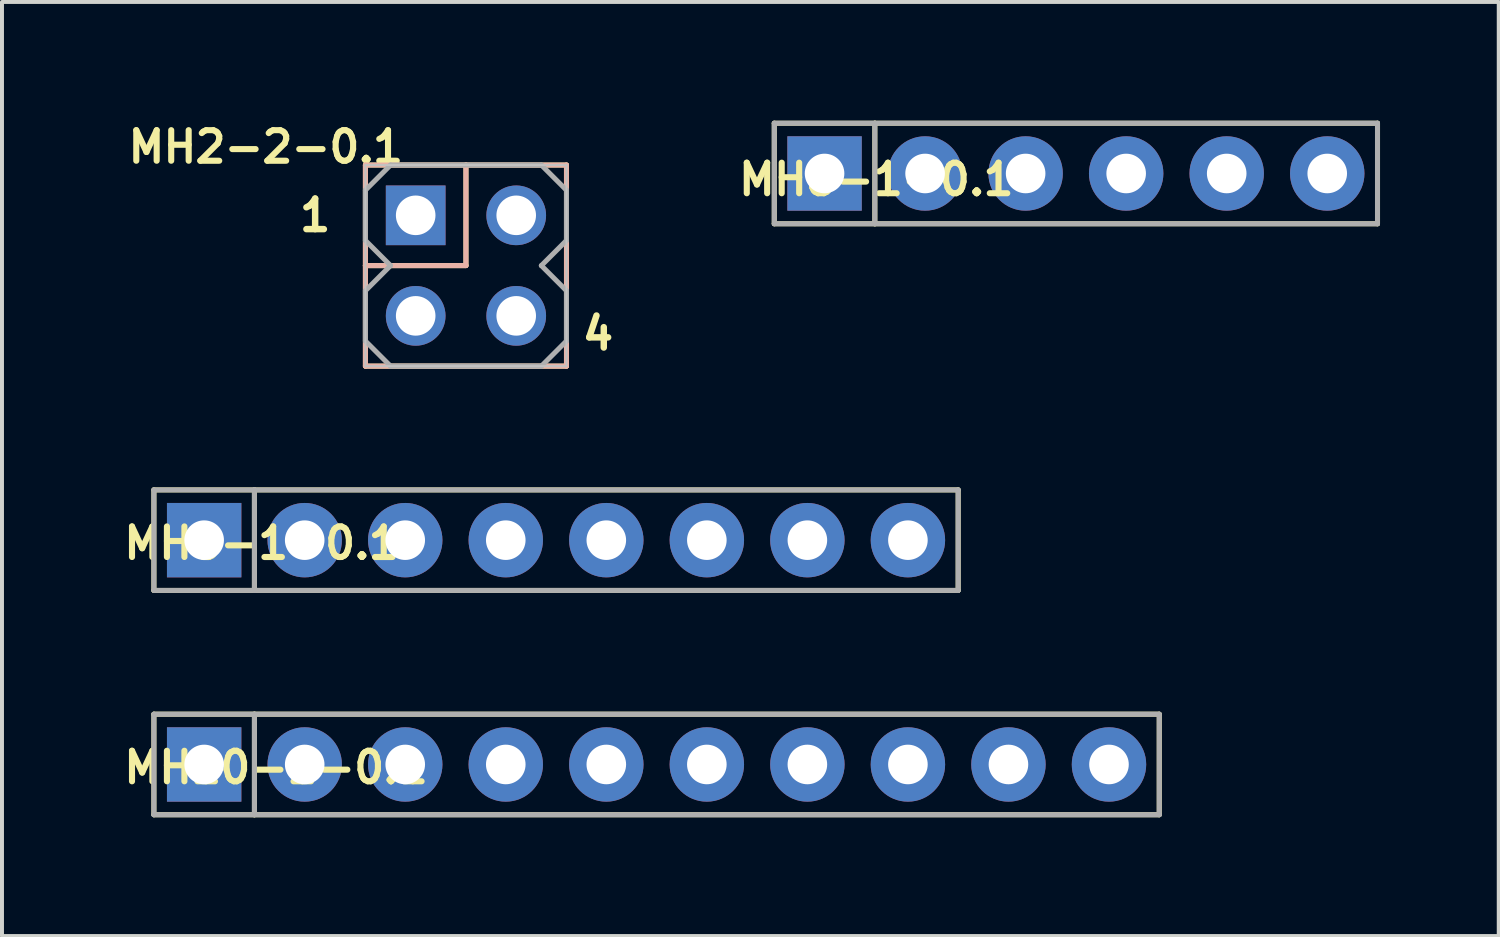
<source format=kicad_pcb>
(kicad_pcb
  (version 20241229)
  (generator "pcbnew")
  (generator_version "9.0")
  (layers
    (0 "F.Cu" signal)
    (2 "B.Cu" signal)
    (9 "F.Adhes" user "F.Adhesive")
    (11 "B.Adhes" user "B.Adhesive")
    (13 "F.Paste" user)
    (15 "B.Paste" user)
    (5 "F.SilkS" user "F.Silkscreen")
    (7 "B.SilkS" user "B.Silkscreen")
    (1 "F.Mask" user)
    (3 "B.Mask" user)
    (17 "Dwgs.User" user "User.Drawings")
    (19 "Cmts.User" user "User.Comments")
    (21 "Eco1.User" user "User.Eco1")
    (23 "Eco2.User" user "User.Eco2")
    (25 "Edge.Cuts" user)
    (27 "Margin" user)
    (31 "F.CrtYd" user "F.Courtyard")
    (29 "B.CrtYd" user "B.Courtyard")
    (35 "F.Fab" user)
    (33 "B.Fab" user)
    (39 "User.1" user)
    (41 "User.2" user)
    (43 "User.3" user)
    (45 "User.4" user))
  (footprint "MH2-2-0.1"
    (layer "F.Cu")
    (at 8.722 3.66)
    (property "Reference" "MH2-2-0.1" (at -1.5 -3.45 0) (layer "F.SilkS") (effects (font (size 0.772 0.772) (thickness 0.154)) (justify right top)))
    (attr through_hole)
    (fp_line (start -2.54 -2.54) (end 0 -2.54) (stroke (width 0.127) (type solid)) (layer "F.SilkS"))
    (fp_line (start -2.54 0) (end -2.54 -2.54) (stroke (width 0.127) (type solid)) (layer "F.SilkS"))
    (fp_line (start -2.54 0) (end 0 0) (stroke (width 0.127) (type solid)) (layer "F.SilkS"))
    (fp_line (start -2.54 2.54) (end -2.54 0) (stroke (width 0.127) (type solid)) (layer "F.SilkS"))
    (fp_line (start 0 -2.54) (end 2.54 -2.54) (stroke (width 0.127) (type solid)) (layer "F.SilkS"))
    (fp_line (start 0 0) (end 0 -2.54) (stroke (width 0.127) (type solid)) (layer "F.SilkS"))
    (fp_line (start 2.54 -2.54) (end 2.54 2.54) (stroke (width 0.127) (type solid)) (layer "F.SilkS"))
    (fp_line (start 2.54 2.54) (end -2.54 2.54) (stroke (width 0.127) (type solid)) (layer "F.SilkS"))
    (fp_line (start -2.54 -2.54) (end 0 -2.54) (stroke (width 0.127) (type solid)) (layer "B.SilkS"))
    (fp_line (start -2.54 0) (end -2.54 -2.54) (stroke (width 0.127) (type solid)) (layer "B.SilkS"))
    (fp_line (start -2.54 0) (end 0 0) (stroke (width 0.127) (type solid)) (layer "B.SilkS"))
    (fp_line (start -2.54 2.54) (end -2.54 0) (stroke (width 0.127) (type solid)) (layer "B.SilkS"))
    (fp_line (start 0 -2.54) (end 2.54 -2.54) (stroke (width 0.127) (type solid)) (layer "B.SilkS"))
    (fp_line (start 0 0) (end 0 -2.54) (stroke (width 0.127) (type solid)) (layer "B.SilkS"))
    (fp_line (start 2.54 -2.54) (end 2.54 2.54) (stroke (width 0.127) (type solid)) (layer "B.SilkS"))
    (fp_line (start 2.54 2.54) (end -2.54 2.54) (stroke (width 0.127) (type solid)) (layer "B.SilkS"))
    (fp_line (start -2.54 -2.54) (end 2.54 -2.54) (stroke (width 0.051) (type solid)) (layer "Dwgs.User"))
    (fp_line (start -2.54 2.54) (end -2.54 -2.54) (stroke (width 0.051) (type solid)) (layer "Dwgs.User"))
    (fp_line (start 2.54 -2.54) (end 2.54 2.54) (stroke (width 0.051) (type solid)) (layer "Dwgs.User"))
    (fp_line (start 2.54 2.54) (end -2.54 2.54) (stroke (width 0.051) (type solid)) (layer "Dwgs.User"))
    (fp_line (start -2.54 -0.635) (end -2.54 -1.905) (stroke (width 0.127) (type solid)) (layer "F.Fab"))
    (fp_line (start -2.54 0.635) (end -1.905 0) (stroke (width 0.127) (type solid)) (layer "F.Fab"))
    (fp_line (start -2.54 1.905) (end -2.54 0.635) (stroke (width 0.127) (type solid)) (layer "F.Fab"))
    (fp_line (start -1.905 -2.54) (end -2.54 -1.905) (stroke (width 0.127) (type solid)) (layer "F.Fab"))
    (fp_line (start -1.905 0) (end -2.54 -0.635) (stroke (width 0.127) (type solid)) (layer "F.Fab"))
    (fp_line (start -1.905 2.54) (end -2.54 1.905) (stroke (width 0.127) (type solid)) (layer "F.Fab"))
    (fp_line (start 1.905 -2.54) (end -1.905 -2.54) (stroke (width 0.127) (type solid)) (layer "F.Fab"))
    (fp_line (start 1.905 0) (end 2.54 0.635) (stroke (width 0.127) (type solid)) (layer "F.Fab"))
    (fp_line (start 1.905 2.54) (end -1.905 2.54) (stroke (width 0.127) (type solid)) (layer "F.Fab"))
    (fp_line (start 2.54 -1.905) (end 1.905 -2.54) (stroke (width 0.127) (type solid)) (layer "F.Fab"))
    (fp_line (start 2.54 -1.905) (end 2.54 -0.635) (stroke (width 0.127) (type solid)) (layer "F.Fab"))
    (fp_line (start 2.54 -0.635) (end 1.905 0) (stroke (width 0.127) (type solid)) (layer "F.Fab"))
    (fp_line (start 2.54 0.635) (end 2.54 1.905) (stroke (width 0.127) (type solid)) (layer "F.Fab"))
    (fp_line (start 2.54 1.905) (end 1.905 2.54) (stroke (width 0.127) (type solid)) (layer "F.Fab"))
    (fp_poly (pts (xy -1.524 -1.524) (xy -1.524 -1.016) (xy -1.016 -1.016) (xy -1.016 -1.524)) (stroke (width 0.1) (type solid)) (fill no) (layer "F.Fab"))
    (fp_poly (pts (xy -1.524 1.016) (xy -1.524 1.524) (xy -1.016 1.524) (xy -1.016 1.016)) (stroke (width 0.1) (type solid)) (fill no) (layer "F.Fab"))
    (fp_poly (pts (xy 1.016 -1.524) (xy 1.016 -1.016) (xy 1.524 -1.016) (xy 1.524 -1.524)) (stroke (width 0.1) (type solid)) (fill no) (layer "F.Fab"))
    (fp_poly (pts (xy 1.016 1.016) (xy 1.016 1.524) (xy 1.524 1.524) (xy 1.524 1.016)) (stroke (width 0.1) (type solid)) (fill no) (layer "F.Fab"))
    (fp_text user "4" (at 3.81 1.27 0) (layer "F.SilkS") (effects (font (size 0.772 0.772) (thickness 0.163)) (justify right top)))
    (fp_text user "1" (at -3.81 -1.27 0) (layer "F.SilkS") (effects (font (size 0.772 0.772) (thickness 0.163))))
    (pad "1" thru_hole rect (at -1.27 -1.27 270) (size 1.508 1.508) (drill 1) (layers "*.Cu" "*.Mask"))
    (pad "2" thru_hole circle (at 1.27 -1.27 270) (size 1.508 1.508) (drill 1) (layers "*.Cu" "*.Mask"))
    (pad "3" thru_hole circle (at -1.27 1.27 270) (size 1.508 1.508) (drill 1) (layers "*.Cu" "*.Mask"))
    (pad "4" thru_hole circle (at 1.27 1.27 270) (size 1.508 1.508) (drill 1) (layers "*.Cu" "*.Mask")))
  (footprint "MH10-1-0.1"
    (layer "F.Cu")
    (at 2.108 16.264)
    (property "Reference" "MH10-1-0.1" (at -2.108 0.076 180) (layer "F.SilkS") (effects (font (size 0.772 0.772) (thickness 0.154)) (justify left)))
    (attr through_hole)
    (fp_line (start -1.27 -1.27) (end 1.27 -1.27) (stroke (width 0.127) (type solid)) (layer "F.SilkS"))
    (fp_line (start -1.27 1.27) (end -1.27 -1.27) (stroke (width 0.127) (type solid)) (layer "F.SilkS"))
    (fp_line (start 1.27 -1.27) (end 1.27 1.27) (stroke (width 0.127) (type solid)) (layer "F.SilkS"))
    (fp_line (start 1.27 -1.27) (end 24.13 -1.27) (stroke (width 0.127) (type solid)) (layer "F.SilkS"))
    (fp_line (start 1.27 1.27) (end -1.27 1.27) (stroke (width 0.127) (type solid)) (layer "F.SilkS"))
    (fp_line (start 24.13 -1.27) (end 24.13 1.27) (stroke (width 0.127) (type solid)) (layer "F.SilkS"))
    (fp_line (start 24.13 1.27) (end 1.27 1.27) (stroke (width 0.127) (type solid)) (layer "F.SilkS"))
    (fp_line (start -1.27 -1.27) (end 1.27 -1.27) (stroke (width 0.127) (type solid)) (layer "F.Fab"))
    (fp_line (start -1.27 1.27) (end -1.27 -1.27) (stroke (width 0.127) (type solid)) (layer "F.Fab"))
    (fp_line (start 1.27 -1.27) (end 1.27 1.27) (stroke (width 0.127) (type solid)) (layer "F.Fab"))
    (fp_line (start 1.27 -1.27) (end 24.13 -1.27) (stroke (width 0.127) (type solid)) (layer "F.Fab"))
    (fp_line (start 1.27 1.27) (end -1.27 1.27) (stroke (width 0.127) (type solid)) (layer "F.Fab"))
    (fp_line (start 24.13 -1.27) (end 24.13 1.27) (stroke (width 0.127) (type solid)) (layer "F.Fab"))
    (fp_line (start 24.13 1.27) (end 1.27 1.27) (stroke (width 0.127) (type solid)) (layer "F.Fab"))
    (fp_poly (pts (xy -0.254 0.254) (xy 0.254 0.254) (xy 0.254 -0.254) (xy -0.254 -0.254)) (stroke (width 0.1) (type solid)) (fill no) (layer "F.Fab"))
    (fp_poly (pts (xy 2.286 0.254) (xy 2.794 0.254) (xy 2.794 -0.254) (xy 2.286 -0.254)) (stroke (width 0.1) (type solid)) (fill no) (layer "F.Fab"))
    (fp_poly (pts (xy 4.826 0.254) (xy 5.334 0.254) (xy 5.334 -0.254) (xy 4.826 -0.254)) (stroke (width 0.1) (type solid)) (fill no) (layer "F.Fab"))
    (fp_poly (pts (xy 7.366 0.254) (xy 7.874 0.254) (xy 7.874 -0.254) (xy 7.366 -0.254)) (stroke (width 0.1) (type solid)) (fill no) (layer "F.Fab"))
    (fp_poly (pts (xy 9.906 0.254) (xy 10.414 0.254) (xy 10.414 -0.254) (xy 9.906 -0.254)) (stroke (width 0.1) (type solid)) (fill no) (layer "F.Fab"))
    (fp_poly (pts (xy 12.446 0.254) (xy 12.954 0.254) (xy 12.954 -0.254) (xy 12.446 -0.254)) (stroke (width 0.1) (type solid)) (fill no) (layer "F.Fab"))
    (fp_poly (pts (xy 14.986 0.254) (xy 15.494 0.254) (xy 15.494 -0.254) (xy 14.986 -0.254)) (stroke (width 0.1) (type solid)) (fill no) (layer "F.Fab"))
    (fp_poly (pts (xy 17.526 0.254) (xy 18.034 0.254) (xy 18.034 -0.254) (xy 17.526 -0.254)) (stroke (width 0.1) (type solid)) (fill no) (layer "F.Fab"))
    (fp_poly (pts (xy 20.066 0.254) (xy 20.574 0.254) (xy 20.574 -0.254) (xy 20.066 -0.254)) (stroke (width 0.1) (type solid)) (fill no) (layer "F.Fab"))
    (fp_poly (pts (xy 22.606 0.254) (xy 23.114 0.254) (xy 23.114 -0.254) (xy 22.606 -0.254)) (stroke (width 0.1) (type solid)) (fill no) (layer "F.Fab"))
    (pad "1" thru_hole rect (at 0 0 90) (size 1.88 1.88) (drill 1) (layers "*.Cu" "*.Mask"))
    (pad "2" thru_hole circle (at 2.54 0 90) (size 1.88 1.88) (drill 1) (layers "*.Cu" "*.Mask"))
    (pad "3" thru_hole circle (at 5.08 0 90) (size 1.88 1.88) (drill 1) (layers "*.Cu" "*.Mask"))
    (pad "4" thru_hole circle (at 7.62 0 90) (size 1.88 1.88) (drill 1) (layers "*.Cu" "*.Mask"))
    (pad "5" thru_hole circle (at 10.16 0 90) (size 1.88 1.88) (drill 1) (layers "*.Cu" "*.Mask"))
    (pad "6" thru_hole circle (at 12.7 0 90) (size 1.88 1.88) (drill 1) (layers "*.Cu" "*.Mask"))
    (pad "7" thru_hole circle (at 15.24 0 90) (size 1.88 1.88) (drill 1) (layers "*.Cu" "*.Mask"))
    (pad "8" thru_hole circle (at 17.78 0 90) (size 1.88 1.88) (drill 1) (layers "*.Cu" "*.Mask"))
    (pad "9" thru_hole circle (at 20.32 0 90) (size 1.88 1.88) (drill 1) (layers "*.Cu" "*.Mask"))
    (pad "10" thru_hole circle (at 22.86 0 90) (size 1.88 1.88) (drill 1) (layers "*.Cu" "*.Mask")))
  (footprint "MH6-1-0.1"
    (layer "F.Cu")
    (at 17.782 1.333)
    (property "Reference" "MH6-1-0.1" (at -2.25 0.15 0) (layer "F.SilkS") (effects (font (size 0.772 0.772) (thickness 0.154)) (justify left)))
    (attr through_hole)
    (fp_line (start -1.27 -1.27) (end 1.27 -1.27) (stroke (width 0.127) (type solid)) (layer "F.SilkS"))
    (fp_line (start -1.27 1.27) (end -1.27 -1.27) (stroke (width 0.127) (type solid)) (layer "F.SilkS"))
    (fp_line (start 1.27 -1.27) (end 1.27 1.27) (stroke (width 0.127) (type solid)) (layer "F.SilkS"))
    (fp_line (start 1.27 -1.27) (end 13.97 -1.27) (stroke (width 0.127) (type solid)) (layer "F.SilkS"))
    (fp_line (start 1.27 1.27) (end -1.27 1.27) (stroke (width 0.127) (type solid)) (layer "F.SilkS"))
    (fp_line (start 13.97 -1.27) (end 13.97 1.27) (stroke (width 0.127) (type solid)) (layer "F.SilkS"))
    (fp_line (start 13.97 1.27) (end 1.27 1.27) (stroke (width 0.127) (type solid)) (layer "F.SilkS"))
    (fp_line (start -1.27 -1.27) (end 1.27 -1.27) (stroke (width 0.127) (type solid)) (layer "F.Fab"))
    (fp_line (start -1.27 1.27) (end -1.27 -1.27) (stroke (width 0.127) (type solid)) (layer "F.Fab"))
    (fp_line (start 1.27 -1.27) (end 1.27 1.27) (stroke (width 0.127) (type solid)) (layer "F.Fab"))
    (fp_line (start 1.27 -1.27) (end 13.97 -1.27) (stroke (width 0.127) (type solid)) (layer "F.Fab"))
    (fp_line (start 1.27 1.27) (end -1.27 1.27) (stroke (width 0.127) (type solid)) (layer "F.Fab"))
    (fp_line (start 13.97 -1.27) (end 13.97 1.27) (stroke (width 0.127) (type solid)) (layer "F.Fab"))
    (fp_line (start 13.97 1.27) (end 1.27 1.27) (stroke (width 0.127) (type solid)) (layer "F.Fab"))
    (fp_poly (pts (xy -0.254 0.254) (xy 0.254 0.254) (xy 0.254 -0.254) (xy -0.254 -0.254)) (stroke (width 0.1) (type solid)) (fill no) (layer "F.Fab"))
    (fp_poly (pts (xy 2.286 0.254) (xy 2.794 0.254) (xy 2.794 -0.254) (xy 2.286 -0.254)) (stroke (width 0.1) (type solid)) (fill no) (layer "F.Fab"))
    (fp_poly (pts (xy 4.826 0.254) (xy 5.334 0.254) (xy 5.334 -0.254) (xy 4.826 -0.254)) (stroke (width 0.1) (type solid)) (fill no) (layer "F.Fab"))
    (fp_poly (pts (xy 7.366 0.254) (xy 7.874 0.254) (xy 7.874 -0.254) (xy 7.366 -0.254)) (stroke (width 0.1) (type solid)) (fill no) (layer "F.Fab"))
    (fp_poly (pts (xy 9.906 0.254) (xy 10.414 0.254) (xy 10.414 -0.254) (xy 9.906 -0.254)) (stroke (width 0.1) (type solid)) (fill no) (layer "F.Fab"))
    (fp_poly (pts (xy 12.446 0.254) (xy 12.954 0.254) (xy 12.954 -0.254) (xy 12.446 -0.254)) (stroke (width 0.1) (type solid)) (fill no) (layer "F.Fab"))
    (pad "1" thru_hole rect (at 0 0 90) (size 1.88 1.88) (drill 1) (layers "*.Cu" "*.Mask"))
    (pad "2" thru_hole circle (at 2.54 0 90) (size 1.88 1.88) (drill 1) (layers "*.Cu" "*.Mask"))
    (pad "3" thru_hole circle (at 5.08 0 90) (size 1.88 1.88) (drill 1) (layers "*.Cu" "*.Mask"))
    (pad "4" thru_hole circle (at 7.62 0 90) (size 1.88 1.88) (drill 1) (layers "*.Cu" "*.Mask"))
    (pad "5" thru_hole circle (at 10.16 0 90) (size 1.88 1.88) (drill 1) (layers "*.Cu" "*.Mask"))
    (pad "6" thru_hole circle (at 12.7 0 90) (size 1.88 1.88) (drill 1) (layers "*.Cu" "*.Mask")))
  (footprint "MH8-1-0.1"
    (layer "F.Cu")
    (at 2.108 10.597)
    (property "Reference" "MH8-1-0.1" (at -2.108 0.076 180) (layer "F.SilkS") (effects (font (size 0.772 0.772) (thickness 0.154)) (justify left)))
    (attr through_hole)
    (fp_line (start -1.27 -1.27) (end 1.27 -1.27) (stroke (width 0.127) (type solid)) (layer "F.SilkS"))
    (fp_line (start -1.27 1.27) (end -1.27 -1.27) (stroke (width 0.127) (type solid)) (layer "F.SilkS"))
    (fp_line (start 1.27 -1.27) (end 1.27 1.27) (stroke (width 0.127) (type solid)) (layer "F.SilkS"))
    (fp_line (start 1.27 -1.27) (end 19.05 -1.27) (stroke (width 0.127) (type solid)) (layer "F.SilkS"))
    (fp_line (start 1.27 1.27) (end -1.27 1.27) (stroke (width 0.127) (type solid)) (layer "F.SilkS"))
    (fp_line (start 19.05 -1.27) (end 19.05 1.27) (stroke (width 0.127) (type solid)) (layer "F.SilkS"))
    (fp_line (start 19.05 1.27) (end 1.27 1.27) (stroke (width 0.127) (type solid)) (layer "F.SilkS"))
    (fp_line (start -1.27 -1.27) (end 1.27 -1.27) (stroke (width 0.127) (type solid)) (layer "F.Fab"))
    (fp_line (start -1.27 1.27) (end -1.27 -1.27) (stroke (width 0.127) (type solid)) (layer "F.Fab"))
    (fp_line (start 1.27 -1.27) (end 1.27 1.27) (stroke (width 0.127) (type solid)) (layer "F.Fab"))
    (fp_line (start 1.27 -1.27) (end 19.05 -1.27) (stroke (width 0.127) (type solid)) (layer "F.Fab"))
    (fp_line (start 1.27 1.27) (end -1.27 1.27) (stroke (width 0.127) (type solid)) (layer "F.Fab"))
    (fp_line (start 19.05 -1.27) (end 19.05 1.27) (stroke (width 0.127) (type solid)) (layer "F.Fab"))
    (fp_line (start 19.05 1.27) (end 1.27 1.27) (stroke (width 0.127) (type solid)) (layer "F.Fab"))
    (fp_poly (pts (xy -0.254 0.254) (xy 0.254 0.254) (xy 0.254 -0.254) (xy -0.254 -0.254)) (stroke (width 0.1) (type solid)) (fill no) (layer "F.Fab"))
    (fp_poly (pts (xy 2.286 0.254) (xy 2.794 0.254) (xy 2.794 -0.254) (xy 2.286 -0.254)) (stroke (width 0.1) (type solid)) (fill no) (layer "F.Fab"))
    (fp_poly (pts (xy 4.826 0.254) (xy 5.334 0.254) (xy 5.334 -0.254) (xy 4.826 -0.254)) (stroke (width 0.1) (type solid)) (fill no) (layer "F.Fab"))
    (fp_poly (pts (xy 7.366 0.254) (xy 7.874 0.254) (xy 7.874 -0.254) (xy 7.366 -0.254)) (stroke (width 0.1) (type solid)) (fill no) (layer "F.Fab"))
    (fp_poly (pts (xy 9.906 0.254) (xy 10.414 0.254) (xy 10.414 -0.254) (xy 9.906 -0.254)) (stroke (width 0.1) (type solid)) (fill no) (layer "F.Fab"))
    (fp_poly (pts (xy 12.446 0.254) (xy 12.954 0.254) (xy 12.954 -0.254) (xy 12.446 -0.254)) (stroke (width 0.1) (type solid)) (fill no) (layer "F.Fab"))
    (fp_poly (pts (xy 14.986 0.254) (xy 15.494 0.254) (xy 15.494 -0.254) (xy 14.986 -0.254)) (stroke (width 0.1) (type solid)) (fill no) (layer "F.Fab"))
    (fp_poly (pts (xy 17.526 0.254) (xy 18.034 0.254) (xy 18.034 -0.254) (xy 17.526 -0.254)) (stroke (width 0.1) (type solid)) (fill no) (layer "F.Fab"))
    (pad "1" thru_hole rect (at 0 0 90) (size 1.88 1.88) (drill 1) (layers "*.Cu" "*.Mask"))
    (pad "2" thru_hole circle (at 2.54 0 90) (size 1.88 1.88) (drill 1) (layers "*.Cu" "*.Mask"))
    (pad "3" thru_hole circle (at 5.08 0 90) (size 1.88 1.88) (drill 1) (layers "*.Cu" "*.Mask"))
    (pad "4" thru_hole circle (at 7.62 0 90) (size 1.88 1.88) (drill 1) (layers "*.Cu" "*.Mask"))
    (pad "5" thru_hole circle (at 10.16 0 90) (size 1.88 1.88) (drill 1) (layers "*.Cu" "*.Mask"))
    (pad "6" thru_hole circle (at 12.7 0 90) (size 1.88 1.88) (drill 1) (layers "*.Cu" "*.Mask"))
    (pad "7" thru_hole circle (at 15.24 0 90) (size 1.88 1.88) (drill 1) (layers "*.Cu" "*.Mask"))
    (pad "8" thru_hole circle (at 17.78 0 90) (size 1.88 1.88) (drill 1) (layers "*.Cu" "*.Mask")))
  (gr_rect
    (start -3 -3)
    (end 34.815 20.598)
    (stroke (width 0.1) (type default))
    (fill no)
    (layer "Edge.Cuts")))
</source>
